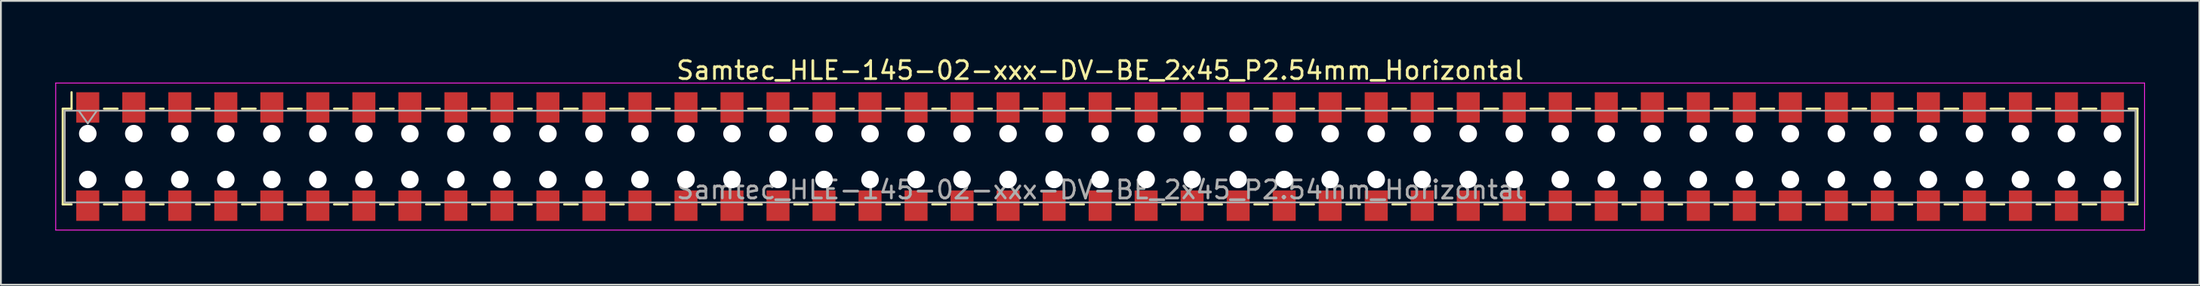
<source format=kicad_pcb>
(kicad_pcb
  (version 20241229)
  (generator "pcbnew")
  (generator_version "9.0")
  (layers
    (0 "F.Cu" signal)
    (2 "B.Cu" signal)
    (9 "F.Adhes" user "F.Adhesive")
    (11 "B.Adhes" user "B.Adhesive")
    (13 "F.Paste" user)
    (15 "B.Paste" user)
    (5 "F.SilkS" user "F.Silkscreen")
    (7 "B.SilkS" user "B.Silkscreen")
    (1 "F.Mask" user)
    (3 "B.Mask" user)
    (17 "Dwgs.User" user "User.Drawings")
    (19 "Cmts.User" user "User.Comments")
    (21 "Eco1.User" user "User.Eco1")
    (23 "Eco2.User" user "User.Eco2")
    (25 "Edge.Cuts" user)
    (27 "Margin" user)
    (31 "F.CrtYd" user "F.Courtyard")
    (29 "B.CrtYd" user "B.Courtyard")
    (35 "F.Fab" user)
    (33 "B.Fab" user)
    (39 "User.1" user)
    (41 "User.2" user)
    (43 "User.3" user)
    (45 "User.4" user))
  (footprint "Samtec_HLE-145-02-xxx-DV-BE_2x45_P2.54mm_Horizontal"
    (layer "F.Cu")
    (at 57.675 5.618)
    (property "Reference" "Samtec_HLE-145-02-xxx-DV-BE_2x45_P2.54mm_Horizontal" (at 0 -4.77 0) (layer "F.SilkS") (effects (font (size 1 1) (thickness 0.15))))
    (attr smd)
    (fp_line (start -57.26 -2.65) (end -57.26 2.65) (stroke (width 0.12) (type solid)) (layer "F.SilkS"))
    (fp_line (start -57.26 2.65) (end -56.775 2.65) (stroke (width 0.12) (type solid)) (layer "F.SilkS"))
    (fp_line (start -56.775 -3.56) (end -56.775 -2.65) (stroke (width 0.12) (type solid)) (layer "F.SilkS"))
    (fp_line (start -56.775 -2.65) (end -57.26 -2.65) (stroke (width 0.12) (type solid)) (layer "F.SilkS"))
    (fp_line (start -54.985 -2.65) (end -54.235 -2.65) (stroke (width 0.12) (type solid)) (layer "F.SilkS"))
    (fp_line (start -54.985 2.65) (end -54.235 2.65) (stroke (width 0.12) (type solid)) (layer "F.SilkS"))
    (fp_line (start -52.445 -2.65) (end -51.695 -2.65) (stroke (width 0.12) (type solid)) (layer "F.SilkS"))
    (fp_line (start -52.445 2.65) (end -51.695 2.65) (stroke (width 0.12) (type solid)) (layer "F.SilkS"))
    (fp_line (start -49.905 -2.65) (end -49.155 -2.65) (stroke (width 0.12) (type solid)) (layer "F.SilkS"))
    (fp_line (start -49.905 2.65) (end -49.155 2.65) (stroke (width 0.12) (type solid)) (layer "F.SilkS"))
    (fp_line (start -47.365 -2.65) (end -46.615 -2.65) (stroke (width 0.12) (type solid)) (layer "F.SilkS"))
    (fp_line (start -47.365 2.65) (end -46.615 2.65) (stroke (width 0.12) (type solid)) (layer "F.SilkS"))
    (fp_line (start -44.825 -2.65) (end -44.075 -2.65) (stroke (width 0.12) (type solid)) (layer "F.SilkS"))
    (fp_line (start -44.825 2.65) (end -44.075 2.65) (stroke (width 0.12) (type solid)) (layer "F.SilkS"))
    (fp_line (start -42.285 -2.65) (end -41.535 -2.65) (stroke (width 0.12) (type solid)) (layer "F.SilkS"))
    (fp_line (start -42.285 2.65) (end -41.535 2.65) (stroke (width 0.12) (type solid)) (layer "F.SilkS"))
    (fp_line (start -39.745 -2.65) (end -38.995 -2.65) (stroke (width 0.12) (type solid)) (layer "F.SilkS"))
    (fp_line (start -39.745 2.65) (end -38.995 2.65) (stroke (width 0.12) (type solid)) (layer "F.SilkS"))
    (fp_line (start -37.205 -2.65) (end -36.455 -2.65) (stroke (width 0.12) (type solid)) (layer "F.SilkS"))
    (fp_line (start -37.205 2.65) (end -36.455 2.65) (stroke (width 0.12) (type solid)) (layer "F.SilkS"))
    (fp_line (start -34.665 -2.65) (end -33.915 -2.65) (stroke (width 0.12) (type solid)) (layer "F.SilkS"))
    (fp_line (start -34.665 2.65) (end -33.915 2.65) (stroke (width 0.12) (type solid)) (layer "F.SilkS"))
    (fp_line (start -32.125 -2.65) (end -31.375 -2.65) (stroke (width 0.12) (type solid)) (layer "F.SilkS"))
    (fp_line (start -32.125 2.65) (end -31.375 2.65) (stroke (width 0.12) (type solid)) (layer "F.SilkS"))
    (fp_line (start -29.585 -2.65) (end -28.835 -2.65) (stroke (width 0.12) (type solid)) (layer "F.SilkS"))
    (fp_line (start -29.585 2.65) (end -28.835 2.65) (stroke (width 0.12) (type solid)) (layer "F.SilkS"))
    (fp_line (start -27.045 -2.65) (end -26.295 -2.65) (stroke (width 0.12) (type solid)) (layer "F.SilkS"))
    (fp_line (start -27.045 2.65) (end -26.295 2.65) (stroke (width 0.12) (type solid)) (layer "F.SilkS"))
    (fp_line (start -24.505 -2.65) (end -23.755 -2.65) (stroke (width 0.12) (type solid)) (layer "F.SilkS"))
    (fp_line (start -24.505 2.65) (end -23.755 2.65) (stroke (width 0.12) (type solid)) (layer "F.SilkS"))
    (fp_line (start -21.965 -2.65) (end -21.215 -2.65) (stroke (width 0.12) (type solid)) (layer "F.SilkS"))
    (fp_line (start -21.965 2.65) (end -21.215 2.65) (stroke (width 0.12) (type solid)) (layer "F.SilkS"))
    (fp_line (start -19.425 -2.65) (end -18.675 -2.65) (stroke (width 0.12) (type solid)) (layer "F.SilkS"))
    (fp_line (start -19.425 2.65) (end -18.675 2.65) (stroke (width 0.12) (type solid)) (layer "F.SilkS"))
    (fp_line (start -16.885 -2.65) (end -16.135 -2.65) (stroke (width 0.12) (type solid)) (layer "F.SilkS"))
    (fp_line (start -16.885 2.65) (end -16.135 2.65) (stroke (width 0.12) (type solid)) (layer "F.SilkS"))
    (fp_line (start -14.345 -2.65) (end -13.595 -2.65) (stroke (width 0.12) (type solid)) (layer "F.SilkS"))
    (fp_line (start -14.345 2.65) (end -13.595 2.65) (stroke (width 0.12) (type solid)) (layer "F.SilkS"))
    (fp_line (start -11.805 -2.65) (end -11.055 -2.65) (stroke (width 0.12) (type solid)) (layer "F.SilkS"))
    (fp_line (start -11.805 2.65) (end -11.055 2.65) (stroke (width 0.12) (type solid)) (layer "F.SilkS"))
    (fp_line (start -9.265 -2.65) (end -8.515 -2.65) (stroke (width 0.12) (type solid)) (layer "F.SilkS"))
    (fp_line (start -9.265 2.65) (end -8.515 2.65) (stroke (width 0.12) (type solid)) (layer "F.SilkS"))
    (fp_line (start -6.725 -2.65) (end -5.975 -2.65) (stroke (width 0.12) (type solid)) (layer "F.SilkS"))
    (fp_line (start -6.725 2.65) (end -5.975 2.65) (stroke (width 0.12) (type solid)) (layer "F.SilkS"))
    (fp_line (start -4.185 -2.65) (end -3.435 -2.65) (stroke (width 0.12) (type solid)) (layer "F.SilkS"))
    (fp_line (start -4.185 2.65) (end -3.435 2.65) (stroke (width 0.12) (type solid)) (layer "F.SilkS"))
    (fp_line (start -1.645 -2.65) (end -0.895 -2.65) (stroke (width 0.12) (type solid)) (layer "F.SilkS"))
    (fp_line (start -1.645 2.65) (end -0.895 2.65) (stroke (width 0.12) (type solid)) (layer "F.SilkS"))
    (fp_line (start 0.895 -2.65) (end 1.645 -2.65) (stroke (width 0.12) (type solid)) (layer "F.SilkS"))
    (fp_line (start 0.895 2.65) (end 1.645 2.65) (stroke (width 0.12) (type solid)) (layer "F.SilkS"))
    (fp_line (start 3.435 -2.65) (end 4.185 -2.65) (stroke (width 0.12) (type solid)) (layer "F.SilkS"))
    (fp_line (start 3.435 2.65) (end 4.185 2.65) (stroke (width 0.12) (type solid)) (layer "F.SilkS"))
    (fp_line (start 5.975 -2.65) (end 6.725 -2.65) (stroke (width 0.12) (type solid)) (layer "F.SilkS"))
    (fp_line (start 5.975 2.65) (end 6.725 2.65) (stroke (width 0.12) (type solid)) (layer "F.SilkS"))
    (fp_line (start 8.515 -2.65) (end 9.265 -2.65) (stroke (width 0.12) (type solid)) (layer "F.SilkS"))
    (fp_line (start 8.515 2.65) (end 9.265 2.65) (stroke (width 0.12) (type solid)) (layer "F.SilkS"))
    (fp_line (start 11.055 -2.65) (end 11.805 -2.65) (stroke (width 0.12) (type solid)) (layer "F.SilkS"))
    (fp_line (start 11.055 2.65) (end 11.805 2.65) (stroke (width 0.12) (type solid)) (layer "F.SilkS"))
    (fp_line (start 13.595 -2.65) (end 14.345 -2.65) (stroke (width 0.12) (type solid)) (layer "F.SilkS"))
    (fp_line (start 13.595 2.65) (end 14.345 2.65) (stroke (width 0.12) (type solid)) (layer "F.SilkS"))
    (fp_line (start 16.135 -2.65) (end 16.885 -2.65) (stroke (width 0.12) (type solid)) (layer "F.SilkS"))
    (fp_line (start 16.135 2.65) (end 16.885 2.65) (stroke (width 0.12) (type solid)) (layer "F.SilkS"))
    (fp_line (start 18.675 -2.65) (end 19.425 -2.65) (stroke (width 0.12) (type solid)) (layer "F.SilkS"))
    (fp_line (start 18.675 2.65) (end 19.425 2.65) (stroke (width 0.12) (type solid)) (layer "F.SilkS"))
    (fp_line (start 21.215 -2.65) (end 21.965 -2.65) (stroke (width 0.12) (type solid)) (layer "F.SilkS"))
    (fp_line (start 21.215 2.65) (end 21.965 2.65) (stroke (width 0.12) (type solid)) (layer "F.SilkS"))
    (fp_line (start 23.755 -2.65) (end 24.505 -2.65) (stroke (width 0.12) (type solid)) (layer "F.SilkS"))
    (fp_line (start 23.755 2.65) (end 24.505 2.65) (stroke (width 0.12) (type solid)) (layer "F.SilkS"))
    (fp_line (start 26.295 -2.65) (end 27.045 -2.65) (stroke (width 0.12) (type solid)) (layer "F.SilkS"))
    (fp_line (start 26.295 2.65) (end 27.045 2.65) (stroke (width 0.12) (type solid)) (layer "F.SilkS"))
    (fp_line (start 28.835 -2.65) (end 29.585 -2.65) (stroke (width 0.12) (type solid)) (layer "F.SilkS"))
    (fp_line (start 28.835 2.65) (end 29.585 2.65) (stroke (width 0.12) (type solid)) (layer "F.SilkS"))
    (fp_line (start 31.375 -2.65) (end 32.125 -2.65) (stroke (width 0.12) (type solid)) (layer "F.SilkS"))
    (fp_line (start 31.375 2.65) (end 32.125 2.65) (stroke (width 0.12) (type solid)) (layer "F.SilkS"))
    (fp_line (start 33.915 -2.65) (end 34.665 -2.65) (stroke (width 0.12) (type solid)) (layer "F.SilkS"))
    (fp_line (start 33.915 2.65) (end 34.665 2.65) (stroke (width 0.12) (type solid)) (layer "F.SilkS"))
    (fp_line (start 36.455 -2.65) (end 37.205 -2.65) (stroke (width 0.12) (type solid)) (layer "F.SilkS"))
    (fp_line (start 36.455 2.65) (end 37.205 2.65) (stroke (width 0.12) (type solid)) (layer "F.SilkS"))
    (fp_line (start 38.995 -2.65) (end 39.745 -2.65) (stroke (width 0.12) (type solid)) (layer "F.SilkS"))
    (fp_line (start 38.995 2.65) (end 39.745 2.65) (stroke (width 0.12) (type solid)) (layer "F.SilkS"))
    (fp_line (start 41.535 -2.65) (end 42.285 -2.65) (stroke (width 0.12) (type solid)) (layer "F.SilkS"))
    (fp_line (start 41.535 2.65) (end 42.285 2.65) (stroke (width 0.12) (type solid)) (layer "F.SilkS"))
    (fp_line (start 44.075 -2.65) (end 44.825 -2.65) (stroke (width 0.12) (type solid)) (layer "F.SilkS"))
    (fp_line (start 44.075 2.65) (end 44.825 2.65) (stroke (width 0.12) (type solid)) (layer "F.SilkS"))
    (fp_line (start 46.615 -2.65) (end 47.365 -2.65) (stroke (width 0.12) (type solid)) (layer "F.SilkS"))
    (fp_line (start 46.615 2.65) (end 47.365 2.65) (stroke (width 0.12) (type solid)) (layer "F.SilkS"))
    (fp_line (start 49.155 -2.65) (end 49.905 -2.65) (stroke (width 0.12) (type solid)) (layer "F.SilkS"))
    (fp_line (start 49.155 2.65) (end 49.905 2.65) (stroke (width 0.12) (type solid)) (layer "F.SilkS"))
    (fp_line (start 51.695 -2.65) (end 52.445 -2.65) (stroke (width 0.12) (type solid)) (layer "F.SilkS"))
    (fp_line (start 51.695 2.65) (end 52.445 2.65) (stroke (width 0.12) (type solid)) (layer "F.SilkS"))
    (fp_line (start 54.235 -2.65) (end 54.985 -2.65) (stroke (width 0.12) (type solid)) (layer "F.SilkS"))
    (fp_line (start 54.235 2.65) (end 54.985 2.65) (stroke (width 0.12) (type solid)) (layer "F.SilkS"))
    (fp_line (start 56.775 -2.65) (end 57.26 -2.65) (stroke (width 0.12) (type solid)) (layer "F.SilkS"))
    (fp_line (start 57.26 -2.65) (end 57.26 2.65) (stroke (width 0.12) (type solid)) (layer "F.SilkS"))
    (fp_line (start 57.26 2.65) (end 56.775 2.65) (stroke (width 0.12) (type solid)) (layer "F.SilkS"))
    (fp_line (start -57.65 -4.07) (end 57.65 -4.07) (stroke (width 0.05) (type solid)) (layer "F.CrtYd"))
    (fp_line (start -57.65 4.07) (end -57.65 -4.07) (stroke (width 0.05) (type solid)) (layer "F.CrtYd"))
    (fp_line (start 57.65 -4.07) (end 57.65 4.07) (stroke (width 0.05) (type solid)) (layer "F.CrtYd"))
    (fp_line (start 57.65 4.07) (end -57.65 4.07) (stroke (width 0.05) (type solid)) (layer "F.CrtYd"))
    (fp_line (start -57.15 -2.54) (end 57.15 -2.54) (stroke (width 0.1) (type solid)) (layer "F.Fab"))
    (fp_line (start -57.15 2.54) (end -57.15 -2.54) (stroke (width 0.1) (type solid)) (layer "F.Fab"))
    (fp_line (start -56.38 -2.54) (end -55.88 -1.833) (stroke (width 0.1) (type solid)) (layer "F.Fab"))
    (fp_line (start -55.88 -1.833) (end -55.38 -2.54) (stroke (width 0.1) (type solid)) (layer "F.Fab"))
    (fp_line (start 57.15 -2.54) (end 57.15 2.54) (stroke (width 0.1) (type solid)) (layer "F.Fab"))
    (fp_line (start 57.15 2.54) (end -57.15 2.54) (stroke (width 0.1) (type solid)) (layer "F.Fab"))
    (fp_text user "${REFERENCE}" (at 0 1.84 0) (layer "F.Fab") (effects (font (size 1 1) (thickness 0.15))))
    (pad "" np_thru_hole circle (at -55.88 -1.27) (size 0.97 0.97) (drill 0.97) (layers "*.Cu" "*.Mask"))
    (pad "" np_thru_hole circle (at -55.88 1.27) (size 0.97 0.97) (drill 0.97) (layers "*.Cu" "*.Mask"))
    (pad "" np_thru_hole circle (at -53.34 -1.27) (size 0.97 0.97) (drill 0.97) (layers "*.Cu" "*.Mask"))
    (pad "" np_thru_hole circle (at -53.34 1.27) (size 0.97 0.97) (drill 0.97) (layers "*.Cu" "*.Mask"))
    (pad "" np_thru_hole circle (at -50.8 -1.27) (size 0.97 0.97) (drill 0.97) (layers "*.Cu" "*.Mask"))
    (pad "" np_thru_hole circle (at -50.8 1.27) (size 0.97 0.97) (drill 0.97) (layers "*.Cu" "*.Mask"))
    (pad "" np_thru_hole circle (at -48.26 -1.27) (size 0.97 0.97) (drill 0.97) (layers "*.Cu" "*.Mask"))
    (pad "" np_thru_hole circle (at -48.26 1.27) (size 0.97 0.97) (drill 0.97) (layers "*.Cu" "*.Mask"))
    (pad "" np_thru_hole circle (at -45.72 -1.27) (size 0.97 0.97) (drill 0.97) (layers "*.Cu" "*.Mask"))
    (pad "" np_thru_hole circle (at -45.72 1.27) (size 0.97 0.97) (drill 0.97) (layers "*.Cu" "*.Mask"))
    (pad "" np_thru_hole circle (at -43.18 -1.27) (size 0.97 0.97) (drill 0.97) (layers "*.Cu" "*.Mask"))
    (pad "" np_thru_hole circle (at -43.18 1.27) (size 0.97 0.97) (drill 0.97) (layers "*.Cu" "*.Mask"))
    (pad "" np_thru_hole circle (at -40.64 -1.27) (size 0.97 0.97) (drill 0.97) (layers "*.Cu" "*.Mask"))
    (pad "" np_thru_hole circle (at -40.64 1.27) (size 0.97 0.97) (drill 0.97) (layers "*.Cu" "*.Mask"))
    (pad "" np_thru_hole circle (at -38.1 -1.27) (size 0.97 0.97) (drill 0.97) (layers "*.Cu" "*.Mask"))
    (pad "" np_thru_hole circle (at -38.1 1.27) (size 0.97 0.97) (drill 0.97) (layers "*.Cu" "*.Mask"))
    (pad "" np_thru_hole circle (at -35.56 -1.27) (size 0.97 0.97) (drill 0.97) (layers "*.Cu" "*.Mask"))
    (pad "" np_thru_hole circle (at -35.56 1.27) (size 0.97 0.97) (drill 0.97) (layers "*.Cu" "*.Mask"))
    (pad "" np_thru_hole circle (at -33.02 -1.27) (size 0.97 0.97) (drill 0.97) (layers "*.Cu" "*.Mask"))
    (pad "" np_thru_hole circle (at -33.02 1.27) (size 0.97 0.97) (drill 0.97) (layers "*.Cu" "*.Mask"))
    (pad "" np_thru_hole circle (at -30.48 -1.27) (size 0.97 0.97) (drill 0.97) (layers "*.Cu" "*.Mask"))
    (pad "" np_thru_hole circle (at -30.48 1.27) (size 0.97 0.97) (drill 0.97) (layers "*.Cu" "*.Mask"))
    (pad "" np_thru_hole circle (at -27.94 -1.27) (size 0.97 0.97) (drill 0.97) (layers "*.Cu" "*.Mask"))
    (pad "" np_thru_hole circle (at -27.94 1.27) (size 0.97 0.97) (drill 0.97) (layers "*.Cu" "*.Mask"))
    (pad "" np_thru_hole circle (at -25.4 -1.27) (size 0.97 0.97) (drill 0.97) (layers "*.Cu" "*.Mask"))
    (pad "" np_thru_hole circle (at -25.4 1.27) (size 0.97 0.97) (drill 0.97) (layers "*.Cu" "*.Mask"))
    (pad "" np_thru_hole circle (at -22.86 -1.27) (size 0.97 0.97) (drill 0.97) (layers "*.Cu" "*.Mask"))
    (pad "" np_thru_hole circle (at -22.86 1.27) (size 0.97 0.97) (drill 0.97) (layers "*.Cu" "*.Mask"))
    (pad "" np_thru_hole circle (at -20.32 -1.27) (size 0.97 0.97) (drill 0.97) (layers "*.Cu" "*.Mask"))
    (pad "" np_thru_hole circle (at -20.32 1.27) (size 0.97 0.97) (drill 0.97) (layers "*.Cu" "*.Mask"))
    (pad "" np_thru_hole circle (at -17.78 -1.27) (size 0.97 0.97) (drill 0.97) (layers "*.Cu" "*.Mask"))
    (pad "" np_thru_hole circle (at -17.78 1.27) (size 0.97 0.97) (drill 0.97) (layers "*.Cu" "*.Mask"))
    (pad "" np_thru_hole circle (at -15.24 -1.27) (size 0.97 0.97) (drill 0.97) (layers "*.Cu" "*.Mask"))
    (pad "" np_thru_hole circle (at -15.24 1.27) (size 0.97 0.97) (drill 0.97) (layers "*.Cu" "*.Mask"))
    (pad "" np_thru_hole circle (at -12.7 -1.27) (size 0.97 0.97) (drill 0.97) (layers "*.Cu" "*.Mask"))
    (pad "" np_thru_hole circle (at -12.7 1.27) (size 0.97 0.97) (drill 0.97) (layers "*.Cu" "*.Mask"))
    (pad "" np_thru_hole circle (at -10.16 -1.27) (size 0.97 0.97) (drill 0.97) (layers "*.Cu" "*.Mask"))
    (pad "" np_thru_hole circle (at -10.16 1.27) (size 0.97 0.97) (drill 0.97) (layers "*.Cu" "*.Mask"))
    (pad "" np_thru_hole circle (at -7.62 -1.27) (size 0.97 0.97) (drill 0.97) (layers "*.Cu" "*.Mask"))
    (pad "" np_thru_hole circle (at -7.62 1.27) (size 0.97 0.97) (drill 0.97) (layers "*.Cu" "*.Mask"))
    (pad "" np_thru_hole circle (at -5.08 -1.27) (size 0.97 0.97) (drill 0.97) (layers "*.Cu" "*.Mask"))
    (pad "" np_thru_hole circle (at -5.08 1.27) (size 0.97 0.97) (drill 0.97) (layers "*.Cu" "*.Mask"))
    (pad "" np_thru_hole circle (at -2.54 -1.27) (size 0.97 0.97) (drill 0.97) (layers "*.Cu" "*.Mask"))
    (pad "" np_thru_hole circle (at -2.54 1.27) (size 0.97 0.97) (drill 0.97) (layers "*.Cu" "*.Mask"))
    (pad "" np_thru_hole circle (at 0 -1.27) (size 0.97 0.97) (drill 0.97) (layers "*.Cu" "*.Mask"))
    (pad "" np_thru_hole circle (at 0 1.27) (size 0.97 0.97) (drill 0.97) (layers "*.Cu" "*.Mask"))
    (pad "" np_thru_hole circle (at 2.54 -1.27) (size 0.97 0.97) (drill 0.97) (layers "*.Cu" "*.Mask"))
    (pad "" np_thru_hole circle (at 2.54 1.27) (size 0.97 0.97) (drill 0.97) (layers "*.Cu" "*.Mask"))
    (pad "" np_thru_hole circle (at 5.08 -1.27) (size 0.97 0.97) (drill 0.97) (layers "*.Cu" "*.Mask"))
    (pad "" np_thru_hole circle (at 5.08 1.27) (size 0.97 0.97) (drill 0.97) (layers "*.Cu" "*.Mask"))
    (pad "" np_thru_hole circle (at 7.62 -1.27) (size 0.97 0.97) (drill 0.97) (layers "*.Cu" "*.Mask"))
    (pad "" np_thru_hole circle (at 7.62 1.27) (size 0.97 0.97) (drill 0.97) (layers "*.Cu" "*.Mask"))
    (pad "" np_thru_hole circle (at 10.16 -1.27) (size 0.97 0.97) (drill 0.97) (layers "*.Cu" "*.Mask"))
    (pad "" np_thru_hole circle (at 10.16 1.27) (size 0.97 0.97) (drill 0.97) (layers "*.Cu" "*.Mask"))
    (pad "" np_thru_hole circle (at 12.7 -1.27) (size 0.97 0.97) (drill 0.97) (layers "*.Cu" "*.Mask"))
    (pad "" np_thru_hole circle (at 12.7 1.27) (size 0.97 0.97) (drill 0.97) (layers "*.Cu" "*.Mask"))
    (pad "" np_thru_hole circle (at 15.24 -1.27) (size 0.97 0.97) (drill 0.97) (layers "*.Cu" "*.Mask"))
    (pad "" np_thru_hole circle (at 15.24 1.27) (size 0.97 0.97) (drill 0.97) (layers "*.Cu" "*.Mask"))
    (pad "" np_thru_hole circle (at 17.78 -1.27) (size 0.97 0.97) (drill 0.97) (layers "*.Cu" "*.Mask"))
    (pad "" np_thru_hole circle (at 17.78 1.27) (size 0.97 0.97) (drill 0.97) (layers "*.Cu" "*.Mask"))
    (pad "" np_thru_hole circle (at 20.32 -1.27) (size 0.97 0.97) (drill 0.97) (layers "*.Cu" "*.Mask"))
    (pad "" np_thru_hole circle (at 20.32 1.27) (size 0.97 0.97) (drill 0.97) (layers "*.Cu" "*.Mask"))
    (pad "" np_thru_hole circle (at 22.86 -1.27) (size 0.97 0.97) (drill 0.97) (layers "*.Cu" "*.Mask"))
    (pad "" np_thru_hole circle (at 22.86 1.27) (size 0.97 0.97) (drill 0.97) (layers "*.Cu" "*.Mask"))
    (pad "" np_thru_hole circle (at 25.4 -1.27) (size 0.97 0.97) (drill 0.97) (layers "*.Cu" "*.Mask"))
    (pad "" np_thru_hole circle (at 25.4 1.27) (size 0.97 0.97) (drill 0.97) (layers "*.Cu" "*.Mask"))
    (pad "" np_thru_hole circle (at 27.94 -1.27) (size 0.97 0.97) (drill 0.97) (layers "*.Cu" "*.Mask"))
    (pad "" np_thru_hole circle (at 27.94 1.27) (size 0.97 0.97) (drill 0.97) (layers "*.Cu" "*.Mask"))
    (pad "" np_thru_hole circle (at 30.48 -1.27) (size 0.97 0.97) (drill 0.97) (layers "*.Cu" "*.Mask"))
    (pad "" np_thru_hole circle (at 30.48 1.27) (size 0.97 0.97) (drill 0.97) (layers "*.Cu" "*.Mask"))
    (pad "" np_thru_hole circle (at 33.02 -1.27) (size 0.97 0.97) (drill 0.97) (layers "*.Cu" "*.Mask"))
    (pad "" np_thru_hole circle (at 33.02 1.27) (size 0.97 0.97) (drill 0.97) (layers "*.Cu" "*.Mask"))
    (pad "" np_thru_hole circle (at 35.56 -1.27) (size 0.97 0.97) (drill 0.97) (layers "*.Cu" "*.Mask"))
    (pad "" np_thru_hole circle (at 35.56 1.27) (size 0.97 0.97) (drill 0.97) (layers "*.Cu" "*.Mask"))
    (pad "" np_thru_hole circle (at 38.1 -1.27) (size 0.97 0.97) (drill 0.97) (layers "*.Cu" "*.Mask"))
    (pad "" np_thru_hole circle (at 38.1 1.27) (size 0.97 0.97) (drill 0.97) (layers "*.Cu" "*.Mask"))
    (pad "" np_thru_hole circle (at 40.64 -1.27) (size 0.97 0.97) (drill 0.97) (layers "*.Cu" "*.Mask"))
    (pad "" np_thru_hole circle (at 40.64 1.27) (size 0.97 0.97) (drill 0.97) (layers "*.Cu" "*.Mask"))
    (pad "" np_thru_hole circle (at 43.18 -1.27) (size 0.97 0.97) (drill 0.97) (layers "*.Cu" "*.Mask"))
    (pad "" np_thru_hole circle (at 43.18 1.27) (size 0.97 0.97) (drill 0.97) (layers "*.Cu" "*.Mask"))
    (pad "" np_thru_hole circle (at 45.72 -1.27) (size 0.97 0.97) (drill 0.97) (layers "*.Cu" "*.Mask"))
    (pad "" np_thru_hole circle (at 45.72 1.27) (size 0.97 0.97) (drill 0.97) (layers "*.Cu" "*.Mask"))
    (pad "" np_thru_hole circle (at 48.26 -1.27) (size 0.97 0.97) (drill 0.97) (layers "*.Cu" "*.Mask"))
    (pad "" np_thru_hole circle (at 48.26 1.27) (size 0.97 0.97) (drill 0.97) (layers "*.Cu" "*.Mask"))
    (pad "" np_thru_hole circle (at 50.8 -1.27) (size 0.97 0.97) (drill 0.97) (layers "*.Cu" "*.Mask"))
    (pad "" np_thru_hole circle (at 50.8 1.27) (size 0.97 0.97) (drill 0.97) (layers "*.Cu" "*.Mask"))
    (pad "" np_thru_hole circle (at 53.34 -1.27) (size 0.97 0.97) (drill 0.97) (layers "*.Cu" "*.Mask"))
    (pad "" np_thru_hole circle (at 53.34 1.27) (size 0.97 0.97) (drill 0.97) (layers "*.Cu" "*.Mask"))
    (pad "" np_thru_hole circle (at 55.88 -1.27) (size 0.97 0.97) (drill 0.97) (layers "*.Cu" "*.Mask"))
    (pad "" np_thru_hole circle (at 55.88 1.27) (size 0.97 0.97) (drill 0.97) (layers "*.Cu" "*.Mask"))
    (pad "1" smd rect (at -55.88 -2.72) (size 1.27 1.68) (layers "F.Cu" "F.Mask" "F.Paste"))
    (pad "2" smd rect (at -55.88 2.72) (size 1.27 1.68) (layers "F.Cu" "F.Mask" "F.Paste"))
    (pad "3" smd rect (at -53.34 -2.72) (size 1.27 1.68) (layers "F.Cu" "F.Mask" "F.Paste"))
    (pad "4" smd rect (at -53.34 2.72) (size 1.27 1.68) (layers "F.Cu" "F.Mask" "F.Paste"))
    (pad "5" smd rect (at -50.8 -2.72) (size 1.27 1.68) (layers "F.Cu" "F.Mask" "F.Paste"))
    (pad "6" smd rect (at -50.8 2.72) (size 1.27 1.68) (layers "F.Cu" "F.Mask" "F.Paste"))
    (pad "7" smd rect (at -48.26 -2.72) (size 1.27 1.68) (layers "F.Cu" "F.Mask" "F.Paste"))
    (pad "8" smd rect (at -48.26 2.72) (size 1.27 1.68) (layers "F.Cu" "F.Mask" "F.Paste"))
    (pad "9" smd rect (at -45.72 -2.72) (size 1.27 1.68) (layers "F.Cu" "F.Mask" "F.Paste"))
    (pad "10" smd rect (at -45.72 2.72) (size 1.27 1.68) (layers "F.Cu" "F.Mask" "F.Paste"))
    (pad "11" smd rect (at -43.18 -2.72) (size 1.27 1.68) (layers "F.Cu" "F.Mask" "F.Paste"))
    (pad "12" smd rect (at -43.18 2.72) (size 1.27 1.68) (layers "F.Cu" "F.Mask" "F.Paste"))
    (pad "13" smd rect (at -40.64 -2.72) (size 1.27 1.68) (layers "F.Cu" "F.Mask" "F.Paste"))
    (pad "14" smd rect (at -40.64 2.72) (size 1.27 1.68) (layers "F.Cu" "F.Mask" "F.Paste"))
    (pad "15" smd rect (at -38.1 -2.72) (size 1.27 1.68) (layers "F.Cu" "F.Mask" "F.Paste"))
    (pad "16" smd rect (at -38.1 2.72) (size 1.27 1.68) (layers "F.Cu" "F.Mask" "F.Paste"))
    (pad "17" smd rect (at -35.56 -2.72) (size 1.27 1.68) (layers "F.Cu" "F.Mask" "F.Paste"))
    (pad "18" smd rect (at -35.56 2.72) (size 1.27 1.68) (layers "F.Cu" "F.Mask" "F.Paste"))
    (pad "19" smd rect (at -33.02 -2.72) (size 1.27 1.68) (layers "F.Cu" "F.Mask" "F.Paste"))
    (pad "20" smd rect (at -33.02 2.72) (size 1.27 1.68) (layers "F.Cu" "F.Mask" "F.Paste"))
    (pad "21" smd rect (at -30.48 -2.72) (size 1.27 1.68) (layers "F.Cu" "F.Mask" "F.Paste"))
    (pad "22" smd rect (at -30.48 2.72) (size 1.27 1.68) (layers "F.Cu" "F.Mask" "F.Paste"))
    (pad "23" smd rect (at -27.94 -2.72) (size 1.27 1.68) (layers "F.Cu" "F.Mask" "F.Paste"))
    (pad "24" smd rect (at -27.94 2.72) (size 1.27 1.68) (layers "F.Cu" "F.Mask" "F.Paste"))
    (pad "25" smd rect (at -25.4 -2.72) (size 1.27 1.68) (layers "F.Cu" "F.Mask" "F.Paste"))
    (pad "26" smd rect (at -25.4 2.72) (size 1.27 1.68) (layers "F.Cu" "F.Mask" "F.Paste"))
    (pad "27" smd rect (at -22.86 -2.72) (size 1.27 1.68) (layers "F.Cu" "F.Mask" "F.Paste"))
    (pad "28" smd rect (at -22.86 2.72) (size 1.27 1.68) (layers "F.Cu" "F.Mask" "F.Paste"))
    (pad "29" smd rect (at -20.32 -2.72) (size 1.27 1.68) (layers "F.Cu" "F.Mask" "F.Paste"))
    (pad "30" smd rect (at -20.32 2.72) (size 1.27 1.68) (layers "F.Cu" "F.Mask" "F.Paste"))
    (pad "31" smd rect (at -17.78 -2.72) (size 1.27 1.68) (layers "F.Cu" "F.Mask" "F.Paste"))
    (pad "32" smd rect (at -17.78 2.72) (size 1.27 1.68) (layers "F.Cu" "F.Mask" "F.Paste"))
    (pad "33" smd rect (at -15.24 -2.72) (size 1.27 1.68) (layers "F.Cu" "F.Mask" "F.Paste"))
    (pad "34" smd rect (at -15.24 2.72) (size 1.27 1.68) (layers "F.Cu" "F.Mask" "F.Paste"))
    (pad "35" smd rect (at -12.7 -2.72) (size 1.27 1.68) (layers "F.Cu" "F.Mask" "F.Paste"))
    (pad "36" smd rect (at -12.7 2.72) (size 1.27 1.68) (layers "F.Cu" "F.Mask" "F.Paste"))
    (pad "37" smd rect (at -10.16 -2.72) (size 1.27 1.68) (layers "F.Cu" "F.Mask" "F.Paste"))
    (pad "38" smd rect (at -10.16 2.72) (size 1.27 1.68) (layers "F.Cu" "F.Mask" "F.Paste"))
    (pad "39" smd rect (at -7.62 -2.72) (size 1.27 1.68) (layers "F.Cu" "F.Mask" "F.Paste"))
    (pad "40" smd rect (at -7.62 2.72) (size 1.27 1.68) (layers "F.Cu" "F.Mask" "F.Paste"))
    (pad "41" smd rect (at -5.08 -2.72) (size 1.27 1.68) (layers "F.Cu" "F.Mask" "F.Paste"))
    (pad "42" smd rect (at -5.08 2.72) (size 1.27 1.68) (layers "F.Cu" "F.Mask" "F.Paste"))
    (pad "43" smd rect (at -2.54 -2.72) (size 1.27 1.68) (layers "F.Cu" "F.Mask" "F.Paste"))
    (pad "44" smd rect (at -2.54 2.72) (size 1.27 1.68) (layers "F.Cu" "F.Mask" "F.Paste"))
    (pad "45" smd rect (at 0 -2.72) (size 1.27 1.68) (layers "F.Cu" "F.Mask" "F.Paste"))
    (pad "46" smd rect (at 0 2.72) (size 1.27 1.68) (layers "F.Cu" "F.Mask" "F.Paste"))
    (pad "47" smd rect (at 2.54 -2.72) (size 1.27 1.68) (layers "F.Cu" "F.Mask" "F.Paste"))
    (pad "48" smd rect (at 2.54 2.72) (size 1.27 1.68) (layers "F.Cu" "F.Mask" "F.Paste"))
    (pad "49" smd rect (at 5.08 -2.72) (size 1.27 1.68) (layers "F.Cu" "F.Mask" "F.Paste"))
    (pad "50" smd rect (at 5.08 2.72) (size 1.27 1.68) (layers "F.Cu" "F.Mask" "F.Paste"))
    (pad "51" smd rect (at 7.62 -2.72) (size 1.27 1.68) (layers "F.Cu" "F.Mask" "F.Paste"))
    (pad "52" smd rect (at 7.62 2.72) (size 1.27 1.68) (layers "F.Cu" "F.Mask" "F.Paste"))
    (pad "53" smd rect (at 10.16 -2.72) (size 1.27 1.68) (layers "F.Cu" "F.Mask" "F.Paste"))
    (pad "54" smd rect (at 10.16 2.72) (size 1.27 1.68) (layers "F.Cu" "F.Mask" "F.Paste"))
    (pad "55" smd rect (at 12.7 -2.72) (size 1.27 1.68) (layers "F.Cu" "F.Mask" "F.Paste"))
    (pad "56" smd rect (at 12.7 2.72) (size 1.27 1.68) (layers "F.Cu" "F.Mask" "F.Paste"))
    (pad "57" smd rect (at 15.24 -2.72) (size 1.27 1.68) (layers "F.Cu" "F.Mask" "F.Paste"))
    (pad "58" smd rect (at 15.24 2.72) (size 1.27 1.68) (layers "F.Cu" "F.Mask" "F.Paste"))
    (pad "59" smd rect (at 17.78 -2.72) (size 1.27 1.68) (layers "F.Cu" "F.Mask" "F.Paste"))
    (pad "60" smd rect (at 17.78 2.72) (size 1.27 1.68) (layers "F.Cu" "F.Mask" "F.Paste"))
    (pad "61" smd rect (at 20.32 -2.72) (size 1.27 1.68) (layers "F.Cu" "F.Mask" "F.Paste"))
    (pad "62" smd rect (at 20.32 2.72) (size 1.27 1.68) (layers "F.Cu" "F.Mask" "F.Paste"))
    (pad "63" smd rect (at 22.86 -2.72) (size 1.27 1.68) (layers "F.Cu" "F.Mask" "F.Paste"))
    (pad "64" smd rect (at 22.86 2.72) (size 1.27 1.68) (layers "F.Cu" "F.Mask" "F.Paste"))
    (pad "65" smd rect (at 25.4 -2.72) (size 1.27 1.68) (layers "F.Cu" "F.Mask" "F.Paste"))
    (pad "66" smd rect (at 25.4 2.72) (size 1.27 1.68) (layers "F.Cu" "F.Mask" "F.Paste"))
    (pad "67" smd rect (at 27.94 -2.72) (size 1.27 1.68) (layers "F.Cu" "F.Mask" "F.Paste"))
    (pad "68" smd rect (at 27.94 2.72) (size 1.27 1.68) (layers "F.Cu" "F.Mask" "F.Paste"))
    (pad "69" smd rect (at 30.48 -2.72) (size 1.27 1.68) (layers "F.Cu" "F.Mask" "F.Paste"))
    (pad "70" smd rect (at 30.48 2.72) (size 1.27 1.68) (layers "F.Cu" "F.Mask" "F.Paste"))
    (pad "71" smd rect (at 33.02 -2.72) (size 1.27 1.68) (layers "F.Cu" "F.Mask" "F.Paste"))
    (pad "72" smd rect (at 33.02 2.72) (size 1.27 1.68) (layers "F.Cu" "F.Mask" "F.Paste"))
    (pad "73" smd rect (at 35.56 -2.72) (size 1.27 1.68) (layers "F.Cu" "F.Mask" "F.Paste"))
    (pad "74" smd rect (at 35.56 2.72) (size 1.27 1.68) (layers "F.Cu" "F.Mask" "F.Paste"))
    (pad "75" smd rect (at 38.1 -2.72) (size 1.27 1.68) (layers "F.Cu" "F.Mask" "F.Paste"))
    (pad "76" smd rect (at 38.1 2.72) (size 1.27 1.68) (layers "F.Cu" "F.Mask" "F.Paste"))
    (pad "77" smd rect (at 40.64 -2.72) (size 1.27 1.68) (layers "F.Cu" "F.Mask" "F.Paste"))
    (pad "78" smd rect (at 40.64 2.72) (size 1.27 1.68) (layers "F.Cu" "F.Mask" "F.Paste"))
    (pad "79" smd rect (at 43.18 -2.72) (size 1.27 1.68) (layers "F.Cu" "F.Mask" "F.Paste"))
    (pad "80" smd rect (at 43.18 2.72) (size 1.27 1.68) (layers "F.Cu" "F.Mask" "F.Paste"))
    (pad "81" smd rect (at 45.72 -2.72) (size 1.27 1.68) (layers "F.Cu" "F.Mask" "F.Paste"))
    (pad "82" smd rect (at 45.72 2.72) (size 1.27 1.68) (layers "F.Cu" "F.Mask" "F.Paste"))
    (pad "83" smd rect (at 48.26 -2.72) (size 1.27 1.68) (layers "F.Cu" "F.Mask" "F.Paste"))
    (pad "84" smd rect (at 48.26 2.72) (size 1.27 1.68) (layers "F.Cu" "F.Mask" "F.Paste"))
    (pad "85" smd rect (at 50.8 -2.72) (size 1.27 1.68) (layers "F.Cu" "F.Mask" "F.Paste"))
    (pad "86" smd rect (at 50.8 2.72) (size 1.27 1.68) (layers "F.Cu" "F.Mask" "F.Paste"))
    (pad "87" smd rect (at 53.34 -2.72) (size 1.27 1.68) (layers "F.Cu" "F.Mask" "F.Paste"))
    (pad "88" smd rect (at 53.34 2.72) (size 1.27 1.68) (layers "F.Cu" "F.Mask" "F.Paste"))
    (pad "89" smd rect (at 55.88 -2.72) (size 1.27 1.68) (layers "F.Cu" "F.Mask" "F.Paste"))
    (pad "90" smd rect (at 55.88 2.72) (size 1.27 1.68) (layers "F.Cu" "F.Mask" "F.Paste")))
  (gr_rect
    (start -3 -3)
    (end 118.35 12.713)
    (stroke (width 0.1) (type default))
    (fill no)
    (layer "Edge.Cuts")))
</source>
